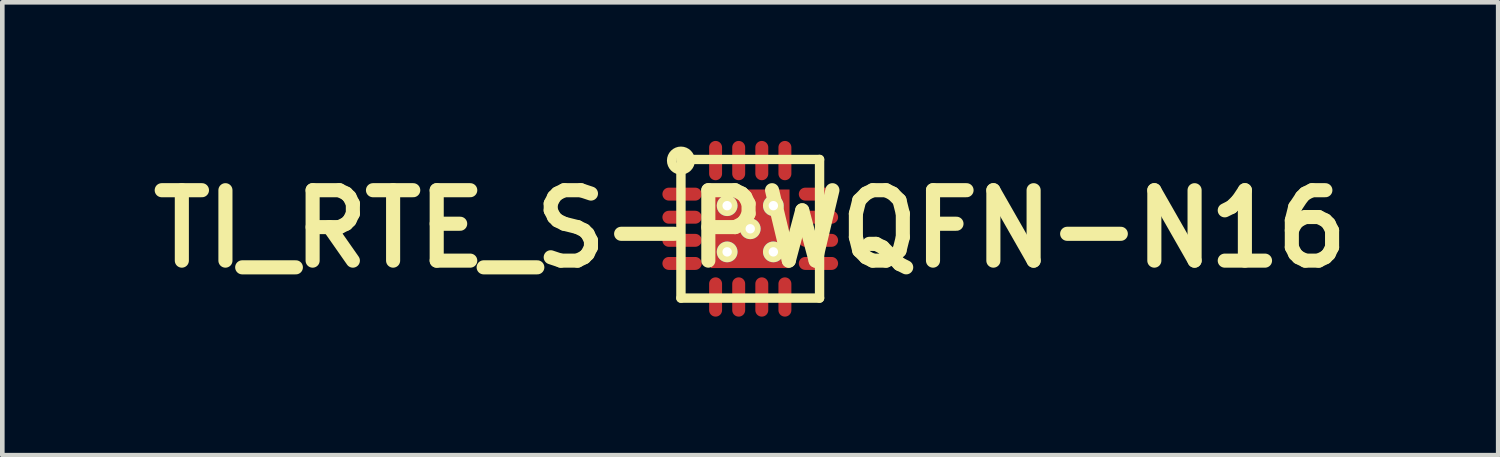
<source format=kicad_pcb>
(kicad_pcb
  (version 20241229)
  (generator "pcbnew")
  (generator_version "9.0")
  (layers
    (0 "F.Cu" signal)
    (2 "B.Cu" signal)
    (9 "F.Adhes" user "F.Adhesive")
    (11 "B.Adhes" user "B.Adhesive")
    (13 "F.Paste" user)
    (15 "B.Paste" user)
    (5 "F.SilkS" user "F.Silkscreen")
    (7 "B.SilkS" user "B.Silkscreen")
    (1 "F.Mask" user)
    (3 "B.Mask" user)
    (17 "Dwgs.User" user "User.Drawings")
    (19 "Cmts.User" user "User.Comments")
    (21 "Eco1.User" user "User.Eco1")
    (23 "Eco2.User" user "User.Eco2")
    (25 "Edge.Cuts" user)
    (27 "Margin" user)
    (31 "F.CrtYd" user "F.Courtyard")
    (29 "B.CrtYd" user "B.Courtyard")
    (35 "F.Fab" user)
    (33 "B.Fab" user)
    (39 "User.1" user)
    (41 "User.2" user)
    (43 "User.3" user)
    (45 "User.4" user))
  (footprint "TI_RTE_S-PWQFN-N16"
    (layer "F.Cu")
    (at 13.186 1.901)
    (property "Reference" "TI_RTE_S-PWQFN-N16" (at 0 0 0) (layer "F.SilkS") (effects (font (size 1.524 1.524) (thickness 0.305))))
    (attr through_hole)
    (fp_line (start -1.5 -1.5) (end 1.5 -1.5) (stroke (width 0.203) (type solid)) (layer "F.SilkS"))
    (fp_line (start -1.5 1.5) (end -1.5 -1.5) (stroke (width 0.203) (type solid)) (layer "F.SilkS"))
    (fp_line (start 1.5 -1.5) (end 1.5 1.5) (stroke (width 0.203) (type solid)) (layer "F.SilkS"))
    (fp_line (start 1.5 1.5) (end -1.5 1.5) (stroke (width 0.203) (type solid)) (layer "F.SilkS"))
    (fp_circle (center -1.5 -1.476) (end -1.4 -1.476) (stroke (width 0.203) (type solid)) (fill no) (layer "F.SilkS"))
    (pad "1" smd oval (at -1.476 -0.75) (size 0.85 0.28) (layers "F.Cu" "F.Mask" "F.Paste"))
    (pad "2" smd oval (at -1.476 -0.25) (size 0.85 0.28) (layers "F.Cu" "F.Mask" "F.Paste"))
    (pad "3" smd oval (at -1.476 0.25) (size 0.85 0.28) (layers "F.Cu" "F.Mask" "F.Paste"))
    (pad "4" smd oval (at -1.476 0.75) (size 0.85 0.28) (layers "F.Cu" "F.Mask" "F.Paste"))
    (pad "5" smd oval (at -0.75 1.476 90) (size 0.85 0.28) (layers "F.Cu" "F.Mask" "F.Paste"))
    (pad "6" smd oval (at -0.25 1.476 90) (size 0.85 0.28) (layers "F.Cu" "F.Mask" "F.Paste"))
    (pad "7" smd oval (at 0.25 1.476 90) (size 0.85 0.28) (layers "F.Cu" "F.Mask" "F.Paste"))
    (pad "8" smd oval (at 0.75 1.476 90) (size 0.85 0.28) (layers "F.Cu" "F.Mask" "F.Paste"))
    (pad "9" smd oval (at 1.476 0.75 180) (size 0.85 0.28) (layers "F.Cu" "F.Mask" "F.Paste"))
    (pad "10" smd oval (at 1.476 0.25 180) (size 0.85 0.28) (layers "F.Cu" "F.Mask" "F.Paste"))
    (pad "11" smd oval (at 1.476 -0.25 180) (size 0.85 0.28) (layers "F.Cu" "F.Mask" "F.Paste"))
    (pad "12" smd oval (at 1.476 -0.75 180) (size 0.85 0.28) (layers "F.Cu" "F.Mask" "F.Paste"))
    (pad "13" smd oval (at 0.75 -1.476 270) (size 0.85 0.28) (layers "F.Cu" "F.Mask" "F.Paste"))
    (pad "14" smd oval (at 0.25 -1.476 270) (size 0.85 0.28) (layers "F.Cu" "F.Mask" "F.Paste"))
    (pad "15" smd oval (at -0.25 -1.476 270) (size 0.85 0.28) (layers "F.Cu" "F.Mask" "F.Paste"))
    (pad "16" smd oval (at -0.75 -1.476 270) (size 0.85 0.28) (layers "F.Cu" "F.Mask" "F.Paste"))
    (pad "17" thru_hole circle (at -0.5 -0.5) (size 0.45 0.45) (drill 0.203) (layers "*.Cu" "*.Mask" "F.SilkS"))
    (pad "17" thru_hole circle (at -0.5 0.5) (size 0.45 0.45) (drill 0.203) (layers "*.Cu" "*.Mask" "F.SilkS"))
    (pad "17" thru_hole circle (at 0 0) (size 0.45 0.45) (drill 0.203) (layers "*.Cu" "*.Mask" "F.SilkS"))
    (pad "17" smd rect (at 0 0) (size 1.7 1.7) (layers "F.Cu" "F.Mask" "F.Paste"))
    (pad "17" thru_hole circle (at 0.5 -0.5) (size 0.45 0.45) (drill 0.203) (layers "*.Cu" "*.Mask" "F.SilkS"))
    (pad "17" thru_hole circle (at 0.5 0.5) (size 0.45 0.45) (drill 0.203) (layers "*.Cu" "*.Mask" "F.SilkS")))
  (gr_rect
    (start -3 -3)
    (end 29.372 6.801)
    (stroke (width 0.1) (type default))
    (fill no)
    (layer "Edge.Cuts")))
</source>
